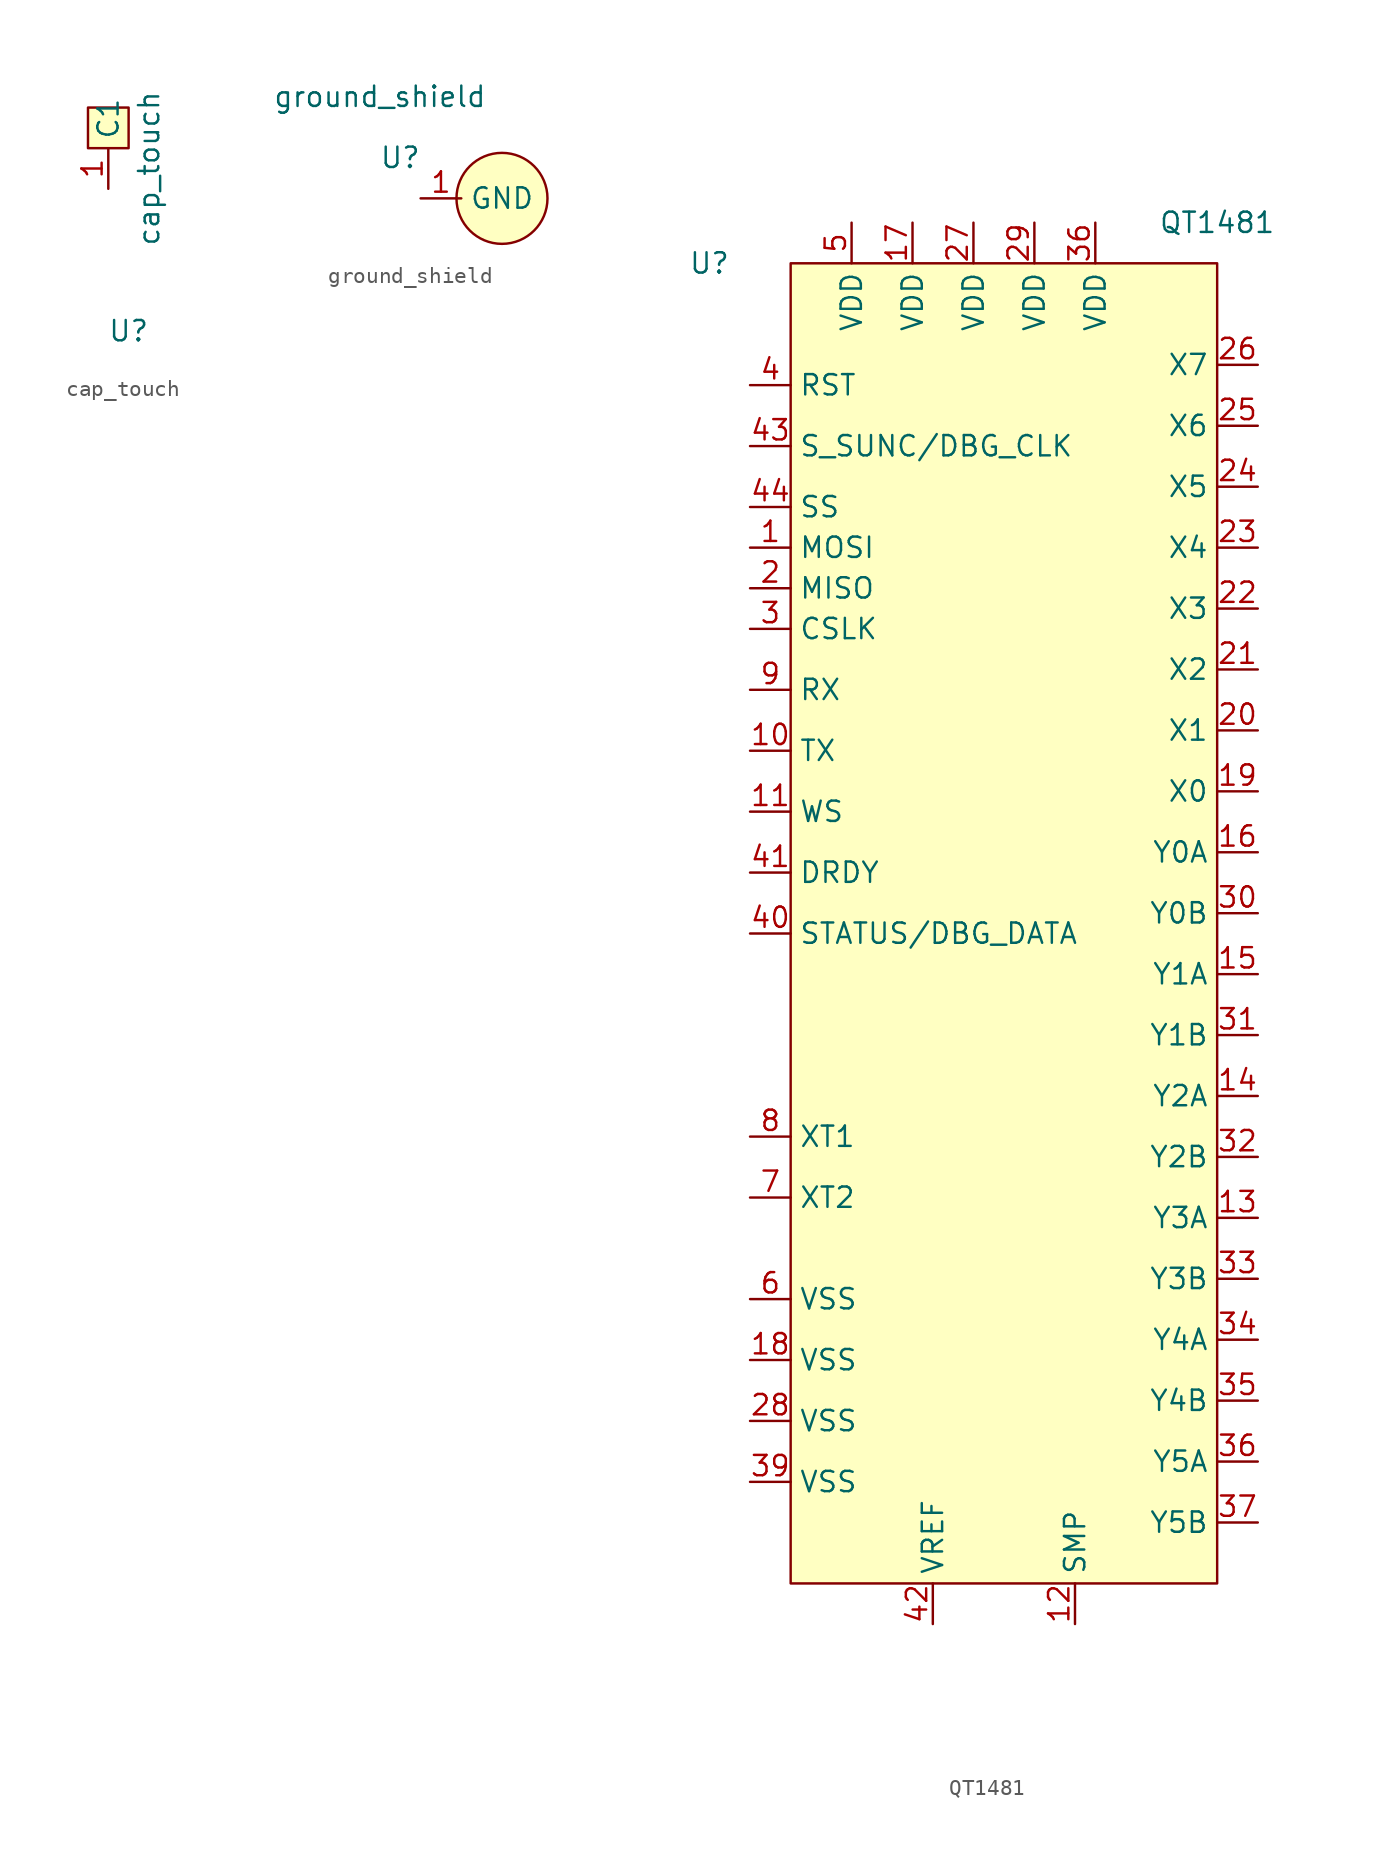
<source format=kicad_sym>
(kicad_symbol_lib
  (version 20220914)
  (generator kicad_symbol_editor)
  (symbol "cap_touch"
    (property "Reference" "U"
      (at 1.27 -8.89 0)
      (effects (font (size 1.27 1.27))))
    (property "Value" "cap_touch"
      (at 2.54 1.27 90)
      (effects (font (size 1.27 1.27))))
    (symbol "cap_touch_0_1"
      (rectangle (start -1.27 5.08) (end 1.27 2.54) (stroke (width 0) (type default)) (fill (type background))))
    (symbol "cap_touch_1_1"
      (pin input line (at 0 0 90) (length 2.54) (name "C1" (effects (font (size 1.27 1.27)))) (number "1" (effects (font (size 1.27 1.27)))))))
  (symbol "ground_shield"
    (property "Reference" "U"
      (at -1.27 -1.27 0)
      (effects (font (size 1.27 1.27))))
    (property "Value" "ground_shield"
      (at -2.54 2.54 0)
      (effects (font (size 1.27 1.27))))
    (symbol "ground_shield_0_1"
      (circle (center 5.08 -3.81) (radius 2.84) (stroke (width 0) (type default)) (fill (type background))))
    (symbol "ground_shield_1_1"
      (pin passive line (at 0 -3.81 0) (length 2.54) (name "GND" (effects (font (size 1.27 1.27)))) (number "1" (effects (font (size 1.27 1.27)))))))
  (symbol "QT1481"
    (property "Reference" "U"
      (at -10.16 17.78 0)
      (effects (font (size 1.27 1.27))))
    (property "Value" "QT1481"
      (at 21.59 20.32 0)
      (effects (font (size 1.27 1.27))))
    (symbol "QT1481_0_1"
      (rectangle (start -5.08 17.78) (end 21.59 -64.77) (stroke (width 0) (type default)) (fill (type background))))
    (symbol "QT1481_1_1"
      (pin input line (at -7.62 0 0) (length 2.54) (name "MOSI" (effects (font (size 1.27 1.27)))) (number "1" (effects (font (size 1.27 1.27)))))
      (pin output line (at -7.62 -12.7 0) (length 2.54) (name "TX" (effects (font (size 1.27 1.27)))) (number "10" (effects (font (size 1.27 1.27)))))
      (pin input line (at -7.62 -16.51 0) (length 2.54) (name "WS" (effects (font (size 1.27 1.27)))) (number "11" (effects (font (size 1.27 1.27)))))
      (pin passive line (at 12.7 -67.31 90) (length 2.54) (name "SMP" (effects (font (size 1.27 1.27)))) (number "12" (effects (font (size 1.27 1.27)))))
      (pin input line (at 24.13 -41.91 180) (length 2.54) (name "Y3A" (effects (font (size 1.27 1.27)))) (number "13" (effects (font (size 1.27 1.27)))))
      (pin input line (at 24.13 -34.29 180) (length 2.54) (name "Y2A" (effects (font (size 1.27 1.27)))) (number "14" (effects (font (size 1.27 1.27)))))
      (pin input line (at 24.13 -26.67 180) (length 2.54) (name "Y1A" (effects (font (size 1.27 1.27)))) (number "15" (effects (font (size 1.27 1.27)))))
      (pin input line (at 24.13 -19.05 180) (length 2.54) (name "Y0A" (effects (font (size 1.27 1.27)))) (number "16" (effects (font (size 1.27 1.27)))))
      (pin power_in line (at 2.54 20.32 270) (length 2.54) (name "VDD" (effects (font (size 1.27 1.27)))) (number "17" (effects (font (size 1.27 1.27)))))
      (pin passive line (at -7.62 -50.8 0) (length 2.54) (name "VSS" (effects (font (size 1.27 1.27)))) (number "18" (effects (font (size 1.27 1.27)))))
      (pin output line (at 24.13 -15.24 180) (length 2.54) (name "X0" (effects (font (size 1.27 1.27)))) (number "19" (effects (font (size 1.27 1.27)))))
      (pin output line (at -7.62 -2.54 0) (length 2.54) (name "MISO" (effects (font (size 1.27 1.27)))) (number "2" (effects (font (size 1.27 1.27)))))
      (pin output line (at 24.13 -11.43 180) (length 2.54) (name "X1" (effects (font (size 1.27 1.27)))) (number "20" (effects (font (size 1.27 1.27)))))
      (pin output line (at 24.13 -7.62 180) (length 2.54) (name "X2" (effects (font (size 1.27 1.27)))) (number "21" (effects (font (size 1.27 1.27)))))
      (pin output line (at 24.13 -3.81 180) (length 2.54) (name "X3" (effects (font (size 1.27 1.27)))) (number "22" (effects (font (size 1.27 1.27)))))
      (pin output line (at 24.13 0 180) (length 2.54) (name "X4" (effects (font (size 1.27 1.27)))) (number "23" (effects (font (size 1.27 1.27)))))
      (pin output line (at 24.13 3.81 180) (length 2.54) (name "X5" (effects (font (size 1.27 1.27)))) (number "24" (effects (font (size 1.27 1.27)))))
      (pin output line (at 24.13 7.62 180) (length 2.54) (name "X6" (effects (font (size 1.27 1.27)))) (number "25" (effects (font (size 1.27 1.27)))))
      (pin output line (at 24.13 11.43 180) (length 2.54) (name "X7" (effects (font (size 1.27 1.27)))) (number "26" (effects (font (size 1.27 1.27)))))
      (pin power_in line (at 6.35 20.32 270) (length 2.54) (name "VDD" (effects (font (size 1.27 1.27)))) (number "27" (effects (font (size 1.27 1.27)))))
      (pin passive line (at -7.62 -54.61 0) (length 2.54) (name "VSS" (effects (font (size 1.27 1.27)))) (number "28" (effects (font (size 1.27 1.27)))))
      (pin power_in line (at 10.16 20.32 270) (length 2.54) (name "VDD" (effects (font (size 1.27 1.27)))) (number "29" (effects (font (size 1.27 1.27)))))
      (pin input line (at -7.62 -5.08 0) (length 2.54) (name "CSLK" (effects (font (size 1.27 1.27)))) (number "3" (effects (font (size 1.27 1.27)))))
      (pin input line (at 24.13 -22.86 180) (length 2.54) (name "Y0B" (effects (font (size 1.27 1.27)))) (number "30" (effects (font (size 1.27 1.27)))))
      (pin input line (at 24.13 -30.48 180) (length 2.54) (name "Y1B" (effects (font (size 1.27 1.27)))) (number "31" (effects (font (size 1.27 1.27)))))
      (pin input line (at 24.13 -38.1 180) (length 2.54) (name "Y2B" (effects (font (size 1.27 1.27)))) (number "32" (effects (font (size 1.27 1.27)))))
      (pin input line (at 24.13 -45.72 180) (length 2.54) (name "Y3B" (effects (font (size 1.27 1.27)))) (number "33" (effects (font (size 1.27 1.27)))))
      (pin input line (at 24.13 -49.53 180) (length 2.54) (name "Y4A" (effects (font (size 1.27 1.27)))) (number "34" (effects (font (size 1.27 1.27)))))
      (pin input line (at 24.13 -53.34 180) (length 2.54) (name "Y4B" (effects (font (size 1.27 1.27)))) (number "35" (effects (font (size 1.27 1.27)))))
      (pin power_in line (at 13.97 20.32 270) (length 2.54) (name "VDD" (effects (font (size 1.27 1.27)))) (number "36" (effects (font (size 1.27 1.27)))))
      (pin input line (at 24.13 -57.15 180) (length 2.54) (name "Y5A" (effects (font (size 1.27 1.27)))) (number "36" (effects (font (size 1.27 1.27)))))
      (pin input line (at 24.13 -60.96 180) (length 2.54) (name "Y5B" (effects (font (size 1.27 1.27)))) (number "37" (effects (font (size 1.27 1.27)))))
      (pin passive line (at -7.62 -58.42 0) (length 2.54) (name "VSS" (effects (font (size 1.27 1.27)))) (number "39" (effects (font (size 1.27 1.27)))))
      (pin bidirectional line (at -7.62 10.16 0) (length 2.54) (name "RST" (effects (font (size 1.27 1.27)))) (number "4" (effects (font (size 1.27 1.27)))))
      (pin power_in line (at -7.62 -24.13 0) (length 2.54) (name "STATUS/DBG_DATA" (effects (font (size 1.27 1.27)))) (number "40" (effects (font (size 1.27 1.27)))))
      (pin bidirectional line (at -7.62 -20.32 0) (length 2.54) (name "DRDY" (effects (font (size 1.27 1.27)))) (number "41" (effects (font (size 1.27 1.27)))))
      (pin passive line (at 3.81 -67.31 90) (length 2.54) (name "VREF" (effects (font (size 1.27 1.27)))) (number "42" (effects (font (size 1.27 1.27)))))
      (pin bidirectional line (at -7.62 6.35 0) (length 2.54) (name "S_SUNC/DBG_CLK" (effects (font (size 1.27 1.27)))) (number "43" (effects (font (size 1.27 1.27)))))
      (pin input line (at -7.62 2.54 0) (length 2.54) (name "SS" (effects (font (size 1.27 1.27)))) (number "44" (effects (font (size 1.27 1.27)))))
      (pin power_in line (at -1.27 20.32 270) (length 2.54) (name "VDD" (effects (font (size 1.27 1.27)))) (number "5" (effects (font (size 1.27 1.27)))))
      (pin passive line (at -7.62 -46.99 0) (length 2.54) (name "VSS" (effects (font (size 1.27 1.27)))) (number "6" (effects (font (size 1.27 1.27)))))
      (pin bidirectional line (at -7.62 -40.64 0) (length 2.54) (name "XT2" (effects (font (size 1.27 1.27)))) (number "7" (effects (font (size 1.27 1.27)))))
      (pin bidirectional line (at -7.62 -36.83 0) (length 2.54) (name "XT1" (effects (font (size 1.27 1.27)))) (number "8" (effects (font (size 1.27 1.27)))))
      (pin input line (at -7.62 -8.89 0) (length 2.54) (name "RX" (effects (font (size 1.27 1.27)))) (number "9" (effects (font (size 1.27 1.27))))))))
</source>
